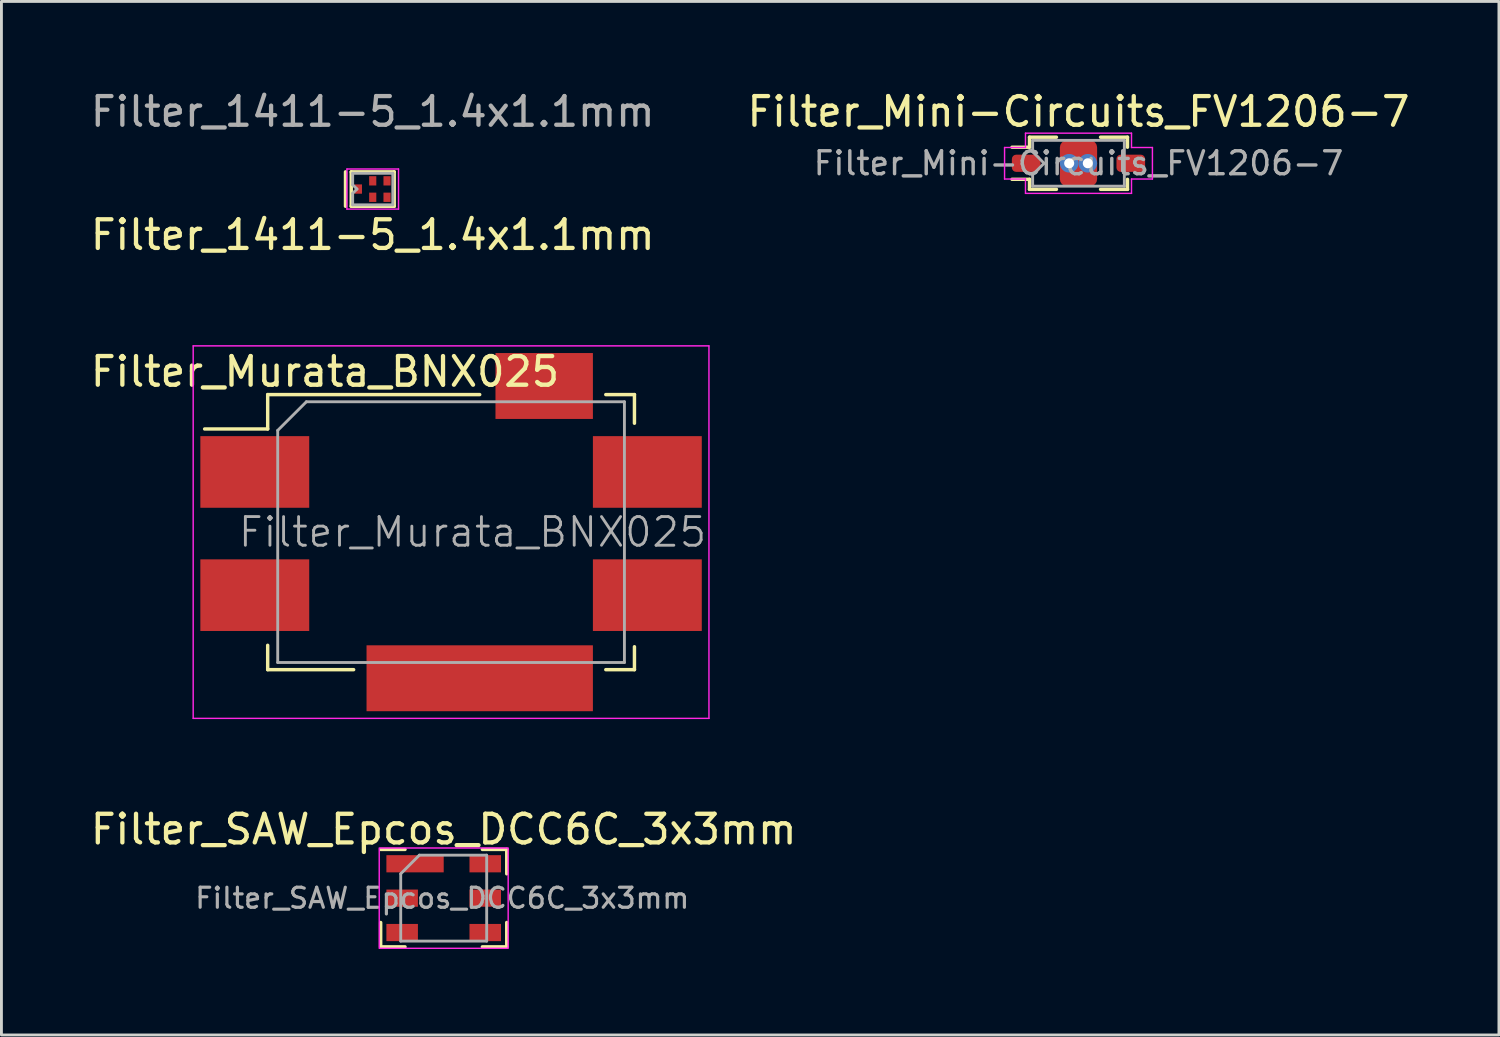
<source format=kicad_pcb>
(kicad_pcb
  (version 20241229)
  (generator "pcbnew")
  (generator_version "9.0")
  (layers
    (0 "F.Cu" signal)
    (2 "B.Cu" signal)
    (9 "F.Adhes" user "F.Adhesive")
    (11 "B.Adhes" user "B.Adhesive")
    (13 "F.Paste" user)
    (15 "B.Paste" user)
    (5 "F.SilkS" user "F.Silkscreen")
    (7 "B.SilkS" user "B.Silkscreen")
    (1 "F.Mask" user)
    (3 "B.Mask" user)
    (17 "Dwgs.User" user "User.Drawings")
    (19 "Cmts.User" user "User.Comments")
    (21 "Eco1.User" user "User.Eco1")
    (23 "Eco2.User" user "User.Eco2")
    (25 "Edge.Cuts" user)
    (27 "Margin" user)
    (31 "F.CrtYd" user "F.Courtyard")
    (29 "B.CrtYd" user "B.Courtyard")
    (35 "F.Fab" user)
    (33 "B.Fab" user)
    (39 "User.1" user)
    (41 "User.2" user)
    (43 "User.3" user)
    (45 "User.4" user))
  (footprint "Filter_Mini-Circuits_FV1206-7"
    (layer "F.Cu")
    (at 34.589 2.648)
    (property "Reference" "Filter_Mini-Circuits_FV1206-7" (at 0 -1.8 0) (layer "F.SilkS") (effects (font (size 1 1) (thickness 0.15))))
    (attr smd)
    (fp_line (start -1.71 -0.91) (end -1.71 -0.56) (stroke (width 0.12) (type solid)) (layer "F.SilkS"))
    (fp_line (start -1.71 -0.56) (end -2.32 -0.56) (stroke (width 0.12) (type solid)) (layer "F.SilkS"))
    (fp_line (start -1.71 0.56) (end -2.32 0.56) (stroke (width 0.12) (type solid)) (layer "F.SilkS"))
    (fp_line (start -1.71 0.56) (end -1.71 0.91) (stroke (width 0.12) (type solid)) (layer "F.SilkS"))
    (fp_line (start -0.77 -0.91) (end -1.71 -0.91) (stroke (width 0.12) (type solid)) (layer "F.SilkS"))
    (fp_line (start -0.77 0.91) (end -1.71 0.91) (stroke (width 0.12) (type solid)) (layer "F.SilkS"))
    (fp_line (start 1.71 -0.91) (end 0.77 -0.91) (stroke (width 0.12) (type solid)) (layer "F.SilkS"))
    (fp_line (start 1.71 -0.91) (end 1.71 -0.56) (stroke (width 0.12) (type solid)) (layer "F.SilkS"))
    (fp_line (start 1.71 0.56) (end 1.71 0.91) (stroke (width 0.12) (type solid)) (layer "F.SilkS"))
    (fp_line (start 1.71 0.91) (end 0.77 0.91) (stroke (width 0.12) (type solid)) (layer "F.SilkS"))
    (fp_line (start -2.58 -0.55) (end -1.85 -0.55) (stroke (width 0.05) (type solid)) (layer "F.CrtYd"))
    (fp_line (start -2.58 0.55) (end -2.58 -0.55) (stroke (width 0.05) (type solid)) (layer "F.CrtYd"))
    (fp_line (start -2.58 0.55) (end -1.85 0.55) (stroke (width 0.05) (type solid)) (layer "F.CrtYd"))
    (fp_line (start -1.85 -1.05) (end -1.85 -0.55) (stroke (width 0.05) (type solid)) (layer "F.CrtYd"))
    (fp_line (start -1.85 -1.05) (end 1.85 -1.05) (stroke (width 0.05) (type solid)) (layer "F.CrtYd"))
    (fp_line (start -1.85 0.55) (end -1.85 1.05) (stroke (width 0.05) (type solid)) (layer "F.CrtYd"))
    (fp_line (start -1.85 1.05) (end 1.85 1.05) (stroke (width 0.05) (type solid)) (layer "F.CrtYd"))
    (fp_line (start 1.85 -1.05) (end 1.85 -0.55) (stroke (width 0.05) (type solid)) (layer "F.CrtYd"))
    (fp_line (start 1.85 -0.55) (end 2.58 -0.55) (stroke (width 0.05) (type solid)) (layer "F.CrtYd"))
    (fp_line (start 1.85 0.55) (end 1.85 1.05) (stroke (width 0.05) (type solid)) (layer "F.CrtYd"))
    (fp_line (start 1.85 0.55) (end 2.58 0.55) (stroke (width 0.05) (type solid)) (layer "F.CrtYd"))
    (fp_line (start 2.58 0.55) (end 2.58 -0.55) (stroke (width 0.05) (type solid)) (layer "F.CrtYd"))
    (fp_line (start -1.6 -0.8) (end -1.6 -0.4) (stroke (width 0.1) (type solid)) (layer "F.Fab"))
    (fp_line (start -1.6 0.4) (end -1.6 0.8) (stroke (width 0.1) (type solid)) (layer "F.Fab"))
    (fp_line (start -1.6 0.4) (end -1.2 0) (stroke (width 0.1) (type solid)) (layer "F.Fab"))
    (fp_line (start -1.6 0.8) (end 1.6 0.8) (stroke (width 0.1) (type solid)) (layer "F.Fab"))
    (fp_line (start -1.2 0) (end -1.6 -0.4) (stroke (width 0.1) (type solid)) (layer "F.Fab"))
    (fp_line (start 1.6 -0.8) (end -1.6 -0.8) (stroke (width 0.1) (type solid)) (layer "F.Fab"))
    (fp_line (start 1.6 0.8) (end 1.6 -0.8) (stroke (width 0.1) (type solid)) (layer "F.Fab"))
    (fp_text user "${REFERENCE}" (at 0 0 0) (layer "F.Fab") (effects (font (size 0.8 0.8) (thickness 0.12))))
    (pad "1" smd roundrect (at -1.825 0) (size 1 0.6) (layers "F.Cu" "F.Mask" "F.Paste") (roundrect_rratio 0.25))
    (pad "2" thru_hole circle (at -0.325 0) (size 0.65 0.65) (drill 0.35) (layers "*.Cu" "*.Mask"))
    (pad "2" smd roundrect (at 0 0) (size 1.3 1.6) (layers "F.Cu" "F.Mask" "F.Paste") (roundrect_rratio 0.19))
    (pad "2" thru_hole circle (at 0.325 0) (size 0.65 0.65) (drill 0.35) (layers "*.Cu" "*.Mask"))
    (pad "3" smd roundrect (at 1.825 0) (size 1 0.6) (layers "F.Cu" "F.Mask" "F.Paste") (roundrect_rratio 0.25)))
  (footprint "Filter_1411-5_1.4x1.1mm"
    (layer "F.Cu")
    (at 9.958 3.548)
    (property "Reference" "Filter_1411-5_1.4x1.1mm" (at 0 1.6 0) (layer "F.SilkS") (effects (font (size 1 1) (thickness 0.15))))
    (attr smd)
    (fp_line (start -0.95 -0.6) (end -0.95 0.6) (stroke (width 0.12) (type solid)) (layer "F.SilkS"))
    (fp_line (start -0.75 -0.6) (end -0.75 0.6) (stroke (width 0.12) (type solid)) (layer "F.SilkS"))
    (fp_line (start -0.75 0.6) (end 0.75 0.6) (stroke (width 0.12) (type solid)) (layer "F.SilkS"))
    (fp_line (start 0.75 -0.6) (end -0.75 -0.6) (stroke (width 0.12) (type solid)) (layer "F.SilkS"))
    (fp_line (start 0.75 0.6) (end 0.75 -0.6) (stroke (width 0.12) (type solid)) (layer "F.SilkS"))
    (fp_line (start -0.9 -0.7) (end 0.9 -0.7) (stroke (width 0.05) (type solid)) (layer "F.CrtYd"))
    (fp_line (start -0.9 0.7) (end -0.9 -0.7) (stroke (width 0.05) (type solid)) (layer "F.CrtYd"))
    (fp_line (start 0.9 -0.7) (end 0.9 0.7) (stroke (width 0.05) (type solid)) (layer "F.CrtYd"))
    (fp_line (start 0.9 0.7) (end -0.9 0.7) (stroke (width 0.05) (type solid)) (layer "F.CrtYd"))
    (fp_line (start -0.7 -0.55) (end -0.7 -0.15) (stroke (width 0.1) (type solid)) (layer "F.Fab"))
    (fp_line (start -0.7 -0.55) (end 0.7 -0.55) (stroke (width 0.1) (type solid)) (layer "F.Fab"))
    (fp_line (start -0.7 -0.15) (end -0.55 0) (stroke (width 0.1) (type solid)) (layer "F.Fab"))
    (fp_line (start -0.7 0.15) (end -0.7 0.55) (stroke (width 0.1) (type solid)) (layer "F.Fab"))
    (fp_line (start -0.55 0) (end -0.7 0.15) (stroke (width 0.1) (type solid)) (layer "F.Fab"))
    (fp_line (start 0.7 -0.55) (end 0.7 0.55) (stroke (width 0.1) (type solid)) (layer "F.Fab"))
    (fp_line (start 0.7 0.55) (end -0.7 0.55) (stroke (width 0.1) (type solid)) (layer "F.Fab"))
    (fp_text user "${REFERENCE}" (at 0 -2.7 0) (layer "F.Fab") (effects (font (size 1 1) (thickness 0.15))))
    (pad "1" smd rect (at -0.5 0 90) (size 0.325 0.25) (layers "F.Cu" "F.Mask" "F.Paste"))
    (pad "2" smd rect (at 0 0.287 90) (size 0.325 0.25) (layers "F.Cu" "F.Mask" "F.Paste"))
    (pad "3" smd rect (at 0.5 0.287 90) (size 0.325 0.25) (layers "F.Cu" "F.Mask" "F.Paste"))
    (pad "4" smd rect (at 0.5 -0.287 90) (size 0.325 0.25) (layers "F.Cu" "F.Mask" "F.Paste"))
    (pad "5" smd rect (at 0 -0.287 90) (size 0.325 0.25) (layers "F.Cu" "F.Mask" "F.Paste")))
  (footprint "Filter_SAW_Epcos_DCC6C_3x3mm"
    (layer "F.Cu")
    (at 12.435 28.295)
    (property "Reference" "Filter_SAW_Epcos_DCC6C_3x3mm" (at 0 -2.4 0) (unlocked yes) (layer "F.SilkS") (effects (font (size 1 1) (thickness 0.15))))
    (attr smd)
    (fp_line (start -2.2 -1.7) (end -1.35 -1.7) (stroke (width 0.12) (type solid)) (layer "F.SilkS"))
    (fp_line (start -2.2 1.7) (end -2.2 0.85) (stroke (width 0.12) (type solid)) (layer "F.SilkS"))
    (fp_line (start -1.35 1.7) (end -2.2 1.7) (stroke (width 0.12) (type solid)) (layer "F.SilkS"))
    (fp_line (start 2.2 -1.7) (end 1.35 -1.7) (stroke (width 0.12) (type solid)) (layer "F.SilkS"))
    (fp_line (start 2.2 -1.7) (end 2.2 -0.85) (stroke (width 0.12) (type solid)) (layer "F.SilkS"))
    (fp_line (start 2.2 1.7) (end 1.35 1.7) (stroke (width 0.12) (type solid)) (layer "F.SilkS"))
    (fp_line (start 2.2 1.7) (end 2.2 0.85) (stroke (width 0.12) (type solid)) (layer "F.SilkS"))
    (fp_rect (start 2.25 1.75) (end -2.25 -1.75) (stroke (width 0.05) (type solid)) (fill no) (layer "F.CrtYd"))
    (fp_line (start -1.5 -0.85) (end -0.85 -1.5) (stroke (width 0.1) (type solid)) (layer "F.Fab"))
    (fp_line (start -1.5 1.5) (end -1.5 -0.85) (stroke (width 0.1) (type solid)) (layer "F.Fab"))
    (fp_line (start -0.85 -1.5) (end 1.5 -1.5) (stroke (width 0.1) (type solid)) (layer "F.Fab"))
    (fp_line (start 1.5 -1.5) (end 1.5 1.5) (stroke (width 0.1) (type solid)) (layer "F.Fab"))
    (fp_line (start 1.5 1.5) (end -1.5 1.5) (stroke (width 0.1) (type solid)) (layer "F.Fab"))
    (fp_text user "${REFERENCE}" (at -0.05 0 0) (unlocked yes) (layer "F.Fab") (effects (font (size 0.7 0.7) (thickness 0.11))))
    (pad "1" smd rect (at -1 -1.2) (size 2 0.6) (layers "F.Cu" "F.Mask" "F.Paste"))
    (pad "2" smd rect (at -1.45 0) (size 1.1 0.6) (layers "F.Cu" "F.Mask" "F.Paste"))
    (pad "3" smd rect (at -1.45 1.2) (size 1.1 0.6) (layers "F.Cu" "F.Mask" "F.Paste"))
    (pad "4" smd rect (at 1.45 1.2) (size 1.1 0.6) (layers "F.Cu" "F.Mask" "F.Paste"))
    (pad "5" smd rect (at 1.45 0) (size 1.1 0.6) (layers "F.Cu" "F.Mask" "F.Paste"))
    (pad "6" smd rect (at 1.45 -1.2) (size 1.1 0.6) (layers "F.Cu" "F.Mask" "F.Paste")))
  (footprint "Filter_Murata_BNX025"
    (layer "F.Cu")
    (at 12.692 15.521)
    (property "Reference" "Filter_Murata_BNX025" (at -4.4 -5.6 180) (layer "F.SilkS") (effects (font (size 1 1) (thickness 0.15))))
    (attr smd)
    (fp_line (start -6.4 -3.6) (end -8.6 -3.6) (stroke (width 0.12) (type solid)) (layer "F.SilkS"))
    (fp_line (start -6.4 -3.6) (end -6.4 -4.8) (stroke (width 0.12) (type solid)) (layer "F.SilkS"))
    (fp_line (start -6.4 4.8) (end -6.4 3.95) (stroke (width 0.12) (type solid)) (layer "F.SilkS"))
    (fp_line (start -3.4 4.8) (end -6.4 4.8) (stroke (width 0.12) (type solid)) (layer "F.SilkS"))
    (fp_line (start 1 -4.8) (end -6.4 -4.8) (stroke (width 0.12) (type solid)) (layer "F.SilkS"))
    (fp_line (start 5.4 4.8) (end 6.4 4.8) (stroke (width 0.12) (type solid)) (layer "F.SilkS"))
    (fp_line (start 6.4 -4.8) (end 5.4 -4.8) (stroke (width 0.12) (type solid)) (layer "F.SilkS"))
    (fp_line (start 6.4 -3.8) (end 6.4 -4.8) (stroke (width 0.12) (type solid)) (layer "F.SilkS"))
    (fp_line (start 6.4 4.8) (end 6.4 4) (stroke (width 0.12) (type solid)) (layer "F.SilkS"))
    (fp_line (start -9 -6.5) (end -9 6.5) (stroke (width 0.05) (type solid)) (layer "F.CrtYd"))
    (fp_line (start -9 -6.5) (end 9 -6.5) (stroke (width 0.05) (type solid)) (layer "F.CrtYd"))
    (fp_line (start 9 6.5) (end -9 6.5) (stroke (width 0.05) (type solid)) (layer "F.CrtYd"))
    (fp_line (start 9 6.5) (end 9 -6.5) (stroke (width 0.05) (type solid)) (layer "F.CrtYd"))
    (fp_line (start -6.05 4.55) (end -6.05 -3.55) (stroke (width 0.1) (type solid)) (layer "F.Fab"))
    (fp_line (start -5.05 -4.55) (end -6.05 -3.55) (stroke (width 0.1) (type solid)) (layer "F.Fab"))
    (fp_line (start -5.05 -4.55) (end 6.05 -4.55) (stroke (width 0.1) (type solid)) (layer "F.Fab"))
    (fp_line (start 6.05 -4.55) (end 6.05 4.55) (stroke (width 0.1) (type solid)) (layer "F.Fab"))
    (fp_line (start 6.05 4.55) (end -6.05 4.55) (stroke (width 0.1) (type solid)) (layer "F.Fab"))
    (fp_text user "${REFERENCE}" (at 0.75 0 0) (layer "F.Fab") (effects (font (size 1 1) (thickness 0.1))))
    (pad "1" smd rect (at -6.85 -2.1) (size 3.8 2.5) (layers "F.Cu" "F.Mask" "F.Paste"))
    (pad "2" smd rect (at 6.85 -2.1) (size 3.8 2.5) (layers "F.Cu" "F.Mask" "F.Paste"))
    (pad "3" smd rect (at -6.85 2.2) (size 3.8 2.5) (layers "F.Cu" "F.Mask" "F.Paste"))
    (pad "4" smd rect (at 1 5.1) (size 7.9 2.3) (layers "F.Cu" "F.Mask" "F.Paste"))
    (pad "4" smd rect (at 3.25 -5.1) (size 3.4 2.3) (layers "F.Cu" "F.Mask" "F.Paste"))
    (pad "4" smd rect (at 6.85 2.2) (size 3.8 2.5) (layers "F.Cu" "F.Mask" "F.Paste")))
  (gr_rect
    (start -3 -3)
    (end 49.262 33.07)
    (stroke (width 0.1) (type default))
    (fill no)
    (layer "Edge.Cuts")))
</source>
